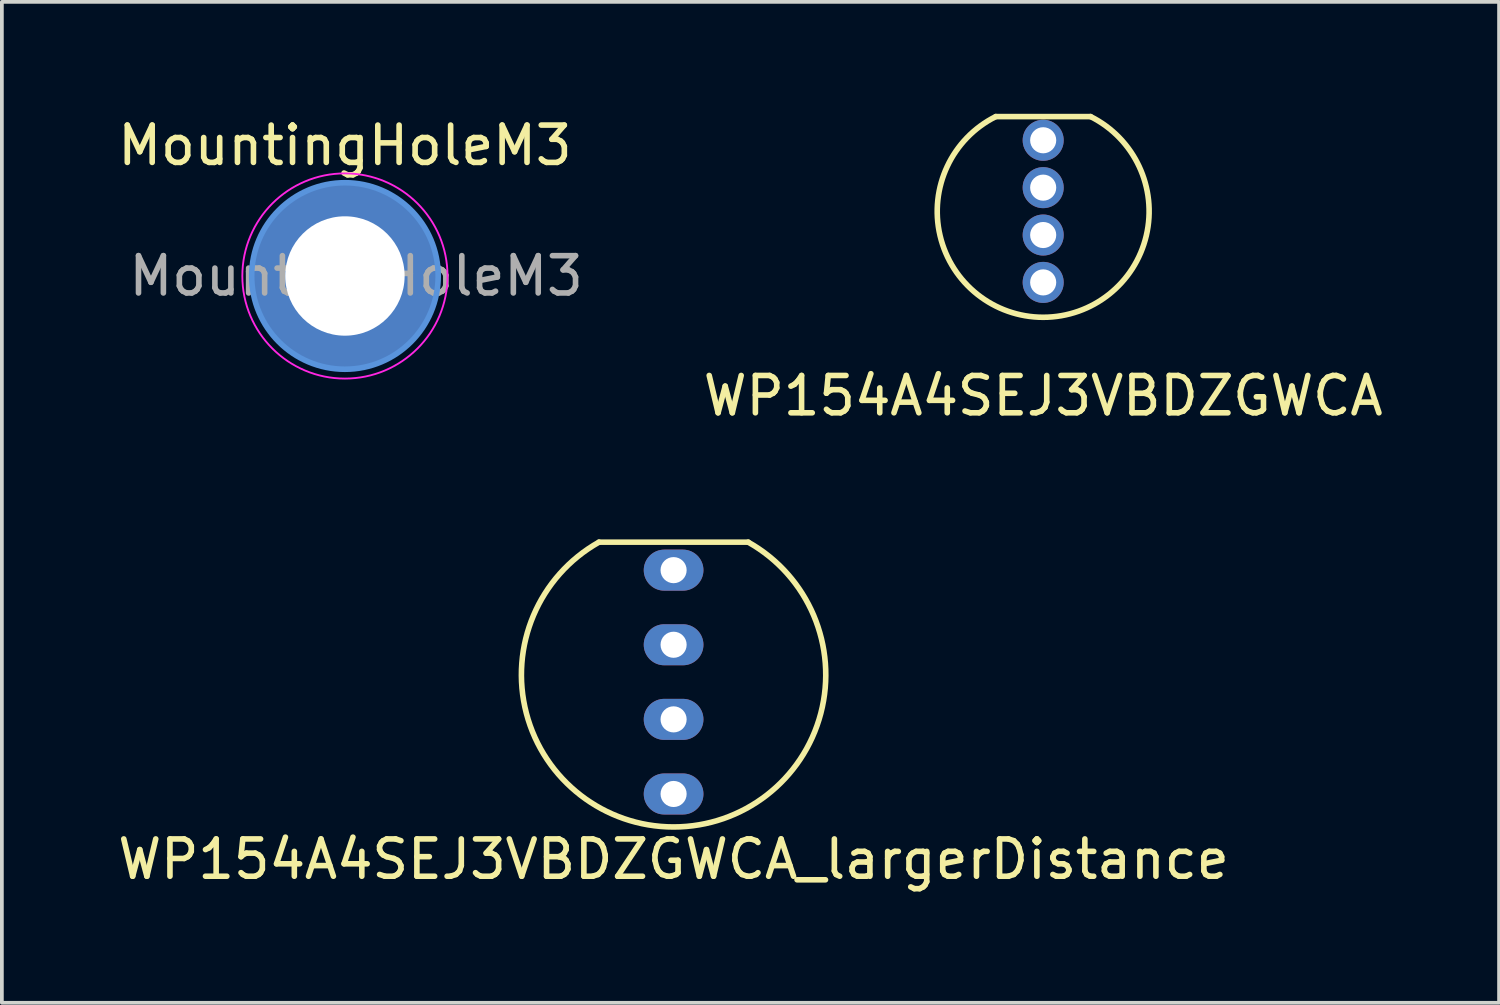
<source format=kicad_pcb>
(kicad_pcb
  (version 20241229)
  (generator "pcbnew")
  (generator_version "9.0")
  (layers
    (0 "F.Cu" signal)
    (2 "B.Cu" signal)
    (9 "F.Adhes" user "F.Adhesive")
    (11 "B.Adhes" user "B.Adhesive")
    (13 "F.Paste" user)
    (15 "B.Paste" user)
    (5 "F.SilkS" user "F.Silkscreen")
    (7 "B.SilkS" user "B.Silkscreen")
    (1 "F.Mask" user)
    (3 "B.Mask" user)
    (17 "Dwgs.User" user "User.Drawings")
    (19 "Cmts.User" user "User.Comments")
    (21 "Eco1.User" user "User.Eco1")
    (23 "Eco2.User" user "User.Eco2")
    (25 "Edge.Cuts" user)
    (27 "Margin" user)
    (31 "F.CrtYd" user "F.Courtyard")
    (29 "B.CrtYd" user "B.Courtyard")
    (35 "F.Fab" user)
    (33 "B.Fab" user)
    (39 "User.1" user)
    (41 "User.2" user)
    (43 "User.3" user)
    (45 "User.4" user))
  (footprint "WP154A4SEJ3VBDZGWCA_largerDistance"
    (layer "F.Cu")
    (at 15.006 19.483)
    (property "Reference" "WP154A4SEJ3VBDZGWCA_largerDistance" (at 0 0.5 0) (layer "F.SilkS") (effects (font (size 1 1) (thickness 0.15))))
    (attr through_hole)
    (fp_line (start 2 -8) (end -2 -8) (stroke (width 0.15) (type solid)) (layer "F.SilkS"))
    (fp_arc (start 2 -7.999999) (mid 0 -0.366027) (end -1.999999 -7.999999) (stroke (width 0.15) (type solid)) (layer "F.SilkS"))
    (pad "1" thru_hole oval (at 0 -7.25) (size 1.6 1.1) (drill 0.7) (layers "*.Cu" "*.Mask"))
    (pad "2" thru_hole oval (at 0 -5.25) (size 1.6 1.1) (drill 0.7) (layers "*.Cu" "*.Mask"))
    (pad "3" thru_hole oval (at 0 -3.25) (size 1.6 1.1) (drill 0.7) (layers "*.Cu" "*.Mask"))
    (pad "4" thru_hole oval (at 0 -1.25) (size 1.6 1.1) (drill 0.7) (layers "*.Cu" "*.Mask")))
  (footprint "MountingHoleM3"
    (layer "F.Cu")
    (at 6.196 4.348)
    (property "Reference" "MountingHoleM3" (at 0 -3.5 0) (layer "F.SilkS") (effects (font (size 1 1) (thickness 0.15))))
    (attr exclude_from_pos_files exclude_from_bom)
    (fp_circle (center 0 0) (end 2.5 0) (stroke (width 0.15) (type solid)) (fill no) (layer "Cmts.User"))
    (fp_circle (center 0 0) (end 2.75 0) (stroke (width 0.05) (type solid)) (fill no) (layer "F.CrtYd"))
    (fp_text user "${REFERENCE}" (at 0.3 0 0) (layer "F.Fab") (effects (font (size 1 1) (thickness 0.15))))
    (pad "1" thru_hole circle (at 0 0) (size 5 5) (drill 3.2) (layers "*.Cu" "*.Mask")))
  (footprint "WP154A4SEJ3VBDZGWCA"
    (layer "F.Cu")
    (at 24.913 7.06)
    (property "Reference" "WP154A4SEJ3VBDZGWCA" (at 0 0.5 0) (layer "F.SilkS") (effects (font (size 1 1) (thickness 0.15))))
    (attr through_hole)
    (fp_line (start 1.27 -6.985) (end -1.27 -6.985) (stroke (width 0.15) (type solid)) (layer "F.SilkS"))
    (fp_arc (start 1.27 -6.984999) (mid 0 -1.605195) (end -1.269999 -6.984999) (stroke (width 0.15) (type solid)) (layer "F.SilkS"))
    (pad "1" thru_hole circle (at 0 -6.35) (size 1.1 1.1) (drill 0.7) (layers "*.Cu" "*.Mask"))
    (pad "2" thru_hole circle (at 0 -5.08) (size 1.1 1.1) (drill 0.7) (layers "*.Cu" "*.Mask"))
    (pad "3" thru_hole circle (at 0 -3.81) (size 1.1 1.1) (drill 0.7) (layers "*.Cu" "*.Mask"))
    (pad "4" thru_hole circle (at 0 -2.54) (size 1.1 1.1) (drill 0.7) (layers "*.Cu" "*.Mask")))
  (gr_rect
    (start -3 -3)
    (end 37.133 23.831)
    (stroke (width 0.1) (type default))
    (fill no)
    (layer "Edge.Cuts")))
</source>
